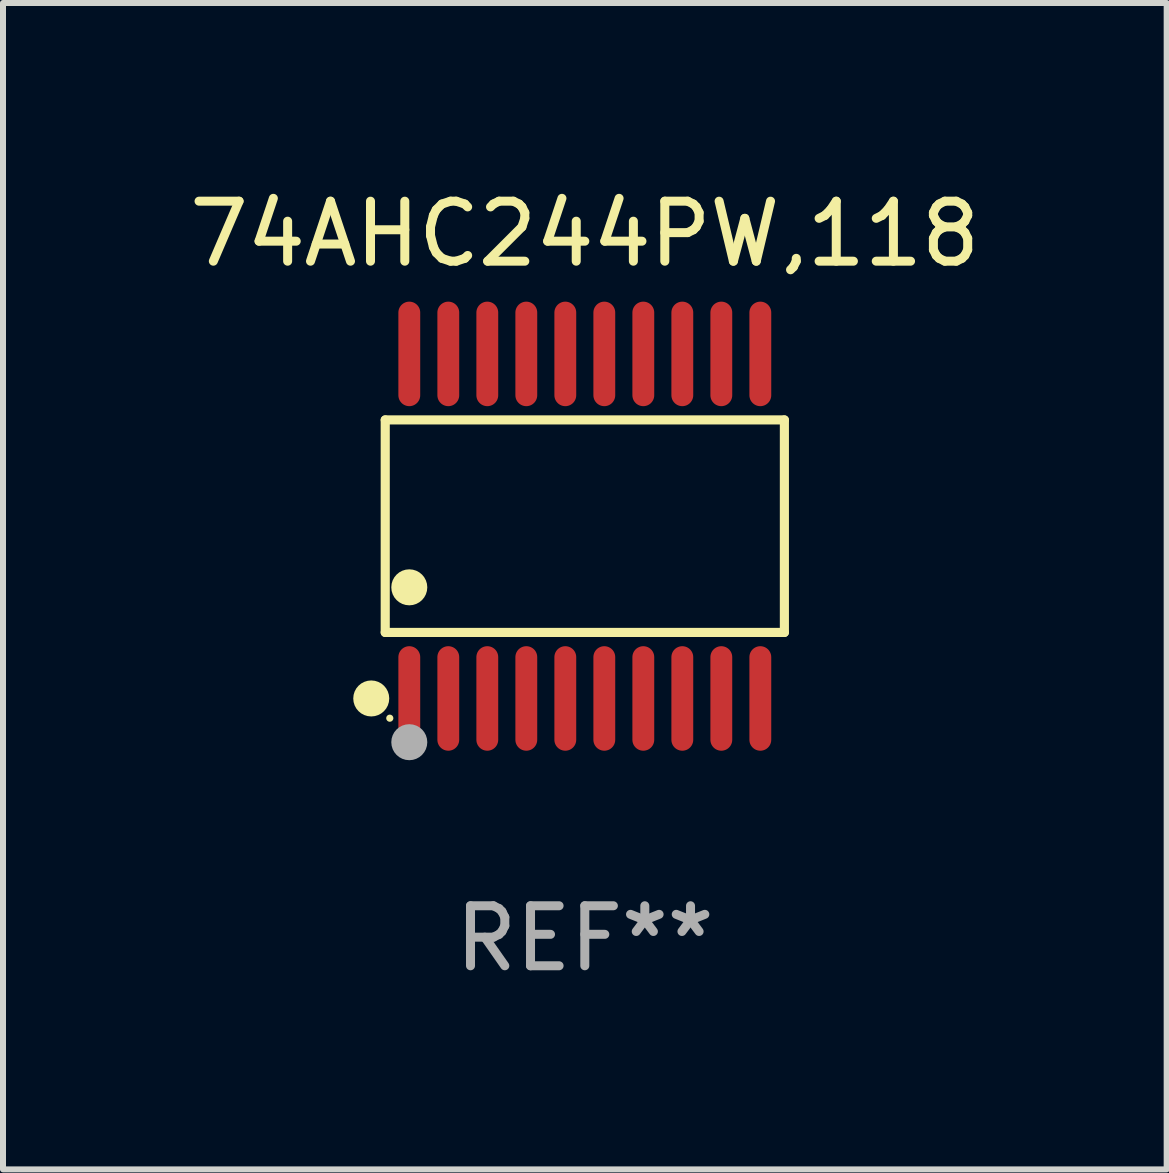
<source format=kicad_pcb>
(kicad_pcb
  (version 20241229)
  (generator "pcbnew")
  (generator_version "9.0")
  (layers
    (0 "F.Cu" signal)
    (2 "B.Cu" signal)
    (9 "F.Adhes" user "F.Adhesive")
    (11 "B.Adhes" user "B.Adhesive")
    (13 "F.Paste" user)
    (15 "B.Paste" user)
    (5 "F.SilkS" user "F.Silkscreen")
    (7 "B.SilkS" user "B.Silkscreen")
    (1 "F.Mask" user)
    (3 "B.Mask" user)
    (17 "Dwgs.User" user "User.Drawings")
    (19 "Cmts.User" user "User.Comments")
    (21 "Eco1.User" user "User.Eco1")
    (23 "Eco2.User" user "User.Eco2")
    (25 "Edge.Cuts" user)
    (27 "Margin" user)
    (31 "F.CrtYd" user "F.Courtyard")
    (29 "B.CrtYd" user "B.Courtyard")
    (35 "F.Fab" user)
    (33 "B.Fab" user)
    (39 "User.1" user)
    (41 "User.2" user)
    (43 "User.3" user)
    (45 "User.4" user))
  (footprint "74AHC244PW,118"
    (layer "F.Cu")
    (at 6.696 5.719)
    (property "Reference" "74AHC244PW,118" (at 0 -4.871 0) (layer "F.SilkS") (effects (font (size 1 1) (thickness 0.15))))
    (attr through_hole)
    (fp_line (start -3.326 -1.771) (end 3.326 -1.771) (stroke (width 0.152) (type solid)) (layer "F.SilkS"))
    (fp_line (start -3.326 1.771) (end -3.326 -1.771) (stroke (width 0.152) (type solid)) (layer "F.SilkS"))
    (fp_line (start 3.326 -1.771) (end 3.326 1.771) (stroke (width 0.152) (type solid)) (layer "F.SilkS"))
    (fp_line (start 3.326 1.771) (end -3.326 1.771) (stroke (width 0.152) (type solid)) (layer "F.SilkS"))
    (fp_circle (center -3.559 2.871) (end -3.409 2.871) (stroke (width 0.3) (type solid)) (fill no) (layer "F.SilkS"))
    (fp_circle (center -3.25 3.2) (end -3.22 3.2) (stroke (width 0.06) (type solid)) (fill no) (layer "F.SilkS"))
    (fp_circle (center -2.925 1.019) (end -2.775 1.019) (stroke (width 0.3) (type solid)) (fill no) (layer "F.SilkS"))
    (fp_circle (center -2.925 3.6) (end -2.775 3.6) (stroke (width 0.3) (type solid)) (fill no) (layer "F.Fab"))
    (fp_text user "REF**" (at 0 6.871 0) (layer "F.Fab") (effects (font (size 1 1) (thickness 0.15))))
    (pad "1" smd oval (at -2.925 2.871) (size 0.364 1.742) (layers "F.Cu" "F.Mask" "F.Paste"))
    (pad "2" smd oval (at -2.275 2.871) (size 0.364 1.742) (layers "F.Cu" "F.Mask" "F.Paste"))
    (pad "3" smd oval (at -1.625 2.871) (size 0.364 1.742) (layers "F.Cu" "F.Mask" "F.Paste"))
    (pad "4" smd oval (at -0.975 2.871) (size 0.364 1.742) (layers "F.Cu" "F.Mask" "F.Paste"))
    (pad "5" smd oval (at -0.325 2.871) (size 0.364 1.742) (layers "F.Cu" "F.Mask" "F.Paste"))
    (pad "6" smd oval (at 0.325 2.871) (size 0.364 1.742) (layers "F.Cu" "F.Mask" "F.Paste"))
    (pad "7" smd oval (at 0.975 2.871) (size 0.364 1.742) (layers "F.Cu" "F.Mask" "F.Paste"))
    (pad "8" smd oval (at 1.625 2.871) (size 0.364 1.742) (layers "F.Cu" "F.Mask" "F.Paste"))
    (pad "9" smd oval (at 2.275 2.871) (size 0.364 1.742) (layers "F.Cu" "F.Mask" "F.Paste"))
    (pad "10" smd oval (at 2.925 2.871) (size 0.364 1.742) (layers "F.Cu" "F.Mask" "F.Paste"))
    (pad "11" smd oval (at 2.925 -2.871) (size 0.364 1.742) (layers "F.Cu" "F.Mask" "F.Paste"))
    (pad "12" smd oval (at 2.275 -2.871) (size 0.364 1.742) (layers "F.Cu" "F.Mask" "F.Paste"))
    (pad "13" smd oval (at 1.625 -2.871) (size 0.364 1.742) (layers "F.Cu" "F.Mask" "F.Paste"))
    (pad "14" smd oval (at 0.975 -2.871) (size 0.364 1.742) (layers "F.Cu" "F.Mask" "F.Paste"))
    (pad "15" smd oval (at 0.325 -2.871) (size 0.364 1.742) (layers "F.Cu" "F.Mask" "F.Paste"))
    (pad "16" smd oval (at -0.325 -2.871) (size 0.364 1.742) (layers "F.Cu" "F.Mask" "F.Paste"))
    (pad "17" smd oval (at -0.975 -2.871) (size 0.364 1.742) (layers "F.Cu" "F.Mask" "F.Paste"))
    (pad "18" smd oval (at -1.625 -2.871) (size 0.364 1.742) (layers "F.Cu" "F.Mask" "F.Paste"))
    (pad "19" smd oval (at -2.275 -2.871) (size 0.364 1.742) (layers "F.Cu" "F.Mask" "F.Paste"))
    (pad "20" smd oval (at -2.925 -2.871) (size 0.364 1.742) (layers "F.Cu" "F.Mask" "F.Paste")))
  (gr_rect
    (start -3 -3)
    (end 16.393 16.438)
    (stroke (width 0.1) (type default))
    (fill no)
    (layer "Edge.Cuts")))
</source>
